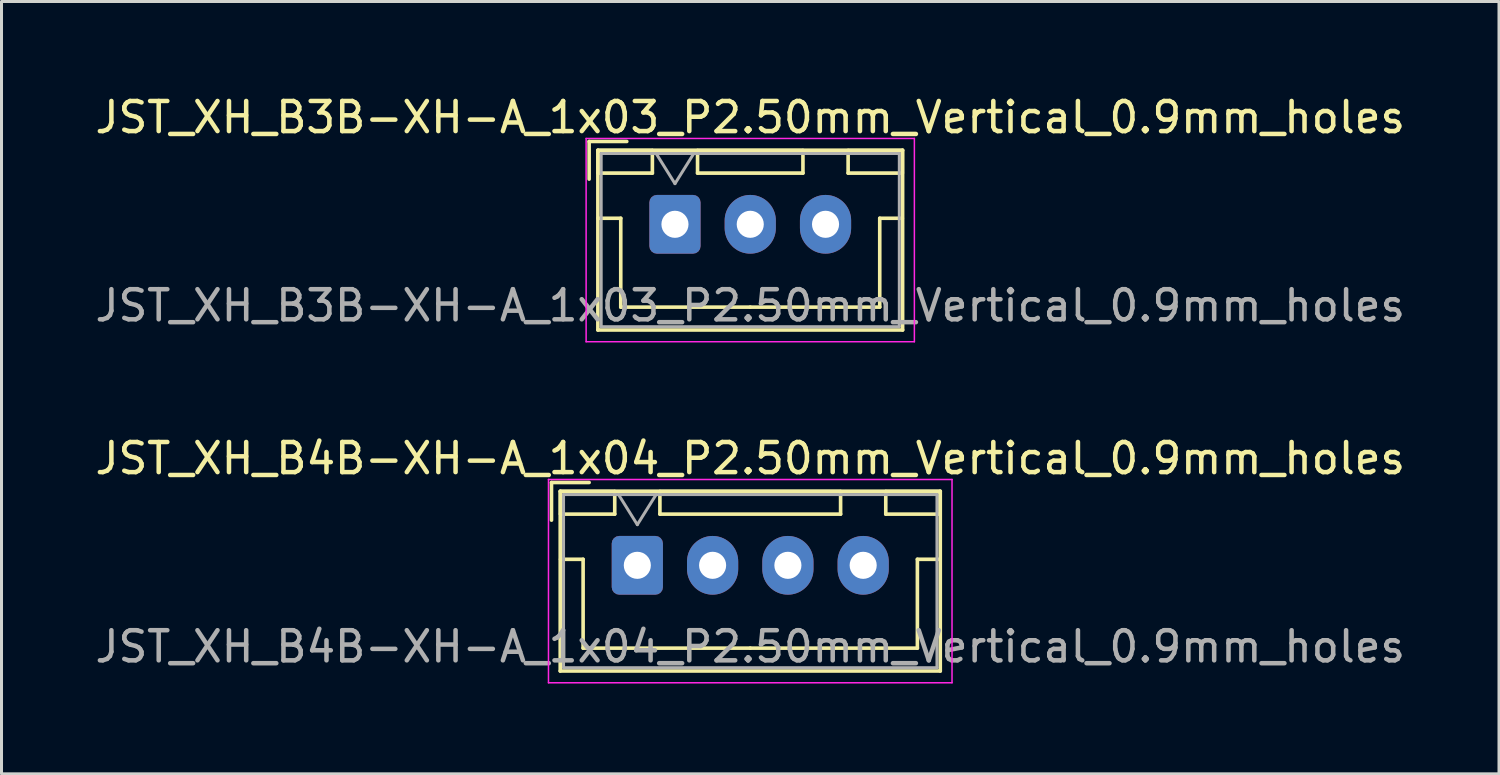
<source format=kicad_pcb>
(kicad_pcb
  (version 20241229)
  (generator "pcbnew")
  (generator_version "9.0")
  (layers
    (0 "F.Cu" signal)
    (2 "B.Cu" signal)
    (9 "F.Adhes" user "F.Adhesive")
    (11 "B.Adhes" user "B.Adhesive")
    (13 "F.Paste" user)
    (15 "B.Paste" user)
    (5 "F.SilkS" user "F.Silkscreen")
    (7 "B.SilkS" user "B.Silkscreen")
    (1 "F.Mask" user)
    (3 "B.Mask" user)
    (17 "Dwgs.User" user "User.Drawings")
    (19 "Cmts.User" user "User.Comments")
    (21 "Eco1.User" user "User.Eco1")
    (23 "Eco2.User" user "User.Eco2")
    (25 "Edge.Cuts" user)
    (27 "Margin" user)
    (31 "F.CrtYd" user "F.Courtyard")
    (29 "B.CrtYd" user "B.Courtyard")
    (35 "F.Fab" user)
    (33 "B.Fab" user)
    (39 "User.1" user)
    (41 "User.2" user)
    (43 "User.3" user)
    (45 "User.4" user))
  (footprint "JST_XH_B3B-XH-A_1x03_P2.50mm_Vertical_0.9mm_holes"
    (layer "F.Cu")
    (at 19.363 4.398)
    (property "Reference" "JST_XH_B3B-XH-A_1x03_P2.50mm_Vertical_0.9mm_holes" (at 2.5 -3.55 0) (layer "F.SilkS") (effects (font (size 1 1) (thickness 0.15))))
    (attr through_hole)
    (fp_line (start -2.85 -2.75) (end -2.85 -1.5) (stroke (width 0.12) (type solid)) (layer "F.SilkS"))
    (fp_line (start -2.56 -2.46) (end -2.56 3.51) (stroke (width 0.12) (type solid)) (layer "F.SilkS"))
    (fp_line (start -2.56 3.51) (end 7.56 3.51) (stroke (width 0.12) (type solid)) (layer "F.SilkS"))
    (fp_line (start -2.55 -2.45) (end -2.55 -1.7) (stroke (width 0.12) (type solid)) (layer "F.SilkS"))
    (fp_line (start -2.55 -1.7) (end -0.75 -1.7) (stroke (width 0.12) (type solid)) (layer "F.SilkS"))
    (fp_line (start -2.55 -0.2) (end -1.8 -0.2) (stroke (width 0.12) (type solid)) (layer "F.SilkS"))
    (fp_line (start -1.8 -0.2) (end -1.8 2.75) (stroke (width 0.12) (type solid)) (layer "F.SilkS"))
    (fp_line (start -1.8 2.75) (end 2.5 2.75) (stroke (width 0.12) (type solid)) (layer "F.SilkS"))
    (fp_line (start -1.6 -2.75) (end -2.85 -2.75) (stroke (width 0.12) (type solid)) (layer "F.SilkS"))
    (fp_line (start -0.75 -2.45) (end -2.55 -2.45) (stroke (width 0.12) (type solid)) (layer "F.SilkS"))
    (fp_line (start -0.75 -1.7) (end -0.75 -2.45) (stroke (width 0.12) (type solid)) (layer "F.SilkS"))
    (fp_line (start 0.75 -2.45) (end 0.75 -1.7) (stroke (width 0.12) (type solid)) (layer "F.SilkS"))
    (fp_line (start 0.75 -1.7) (end 4.25 -1.7) (stroke (width 0.12) (type solid)) (layer "F.SilkS"))
    (fp_line (start 4.25 -2.45) (end 0.75 -2.45) (stroke (width 0.12) (type solid)) (layer "F.SilkS"))
    (fp_line (start 4.25 -1.7) (end 4.25 -2.45) (stroke (width 0.12) (type solid)) (layer "F.SilkS"))
    (fp_line (start 5.75 -2.45) (end 5.75 -1.7) (stroke (width 0.12) (type solid)) (layer "F.SilkS"))
    (fp_line (start 5.75 -1.7) (end 7.55 -1.7) (stroke (width 0.12) (type solid)) (layer "F.SilkS"))
    (fp_line (start 6.8 -0.2) (end 6.8 2.75) (stroke (width 0.12) (type solid)) (layer "F.SilkS"))
    (fp_line (start 6.8 2.75) (end 2.5 2.75) (stroke (width 0.12) (type solid)) (layer "F.SilkS"))
    (fp_line (start 7.55 -2.45) (end 5.75 -2.45) (stroke (width 0.12) (type solid)) (layer "F.SilkS"))
    (fp_line (start 7.55 -1.7) (end 7.55 -2.45) (stroke (width 0.12) (type solid)) (layer "F.SilkS"))
    (fp_line (start 7.55 -0.2) (end 6.8 -0.2) (stroke (width 0.12) (type solid)) (layer "F.SilkS"))
    (fp_line (start 7.56 -2.46) (end -2.56 -2.46) (stroke (width 0.12) (type solid)) (layer "F.SilkS"))
    (fp_line (start 7.56 3.51) (end 7.56 -2.46) (stroke (width 0.12) (type solid)) (layer "F.SilkS"))
    (fp_line (start -2.95 -2.85) (end -2.95 3.9) (stroke (width 0.05) (type solid)) (layer "F.CrtYd"))
    (fp_line (start -2.95 3.9) (end 7.95 3.9) (stroke (width 0.05) (type solid)) (layer "F.CrtYd"))
    (fp_line (start 7.95 -2.85) (end -2.95 -2.85) (stroke (width 0.05) (type solid)) (layer "F.CrtYd"))
    (fp_line (start 7.95 3.9) (end 7.95 -2.85) (stroke (width 0.05) (type solid)) (layer "F.CrtYd"))
    (fp_line (start -2.45 -2.35) (end -2.45 3.4) (stroke (width 0.1) (type solid)) (layer "F.Fab"))
    (fp_line (start -2.45 3.4) (end 7.45 3.4) (stroke (width 0.1) (type solid)) (layer "F.Fab"))
    (fp_line (start -0.625 -2.35) (end 0 -1.35) (stroke (width 0.1) (type solid)) (layer "F.Fab"))
    (fp_line (start 0 -1.35) (end 0.625 -2.35) (stroke (width 0.1) (type solid)) (layer "F.Fab"))
    (fp_line (start 7.45 -2.35) (end -2.45 -2.35) (stroke (width 0.1) (type solid)) (layer "F.Fab"))
    (fp_line (start 7.45 3.4) (end 7.45 -2.35) (stroke (width 0.1) (type solid)) (layer "F.Fab"))
    (fp_text user "${REFERENCE}" (at 2.5 2.7 0) (layer "F.Fab") (effects (font (size 1 1) (thickness 0.15))))
    (pad "1" thru_hole roundrect (at 0 0) (size 1.7 1.95) (drill 0.9) (layers "*.Cu" "*.Mask") (roundrect_rratio 0.147))
    (pad "2" thru_hole oval (at 2.5 0) (size 1.7 1.95) (drill 0.9) (layers "*.Cu" "*.Mask"))
    (pad "3" thru_hole oval (at 5 0) (size 1.7 1.95) (drill 0.9) (layers "*.Cu" "*.Mask")))
  (footprint "JST_XH_B4B-XH-A_1x04_P2.50mm_Vertical_0.9mm_holes"
    (layer "F.Cu")
    (at 18.113 15.722)
    (property "Reference" "JST_XH_B4B-XH-A_1x04_P2.50mm_Vertical_0.9mm_holes" (at 3.75 -3.55 0) (layer "F.SilkS") (effects (font (size 1 1) (thickness 0.15))))
    (attr through_hole)
    (fp_line (start -2.85 -2.75) (end -2.85 -1.5) (stroke (width 0.12) (type solid)) (layer "F.SilkS"))
    (fp_line (start -2.56 -2.46) (end -2.56 3.51) (stroke (width 0.12) (type solid)) (layer "F.SilkS"))
    (fp_line (start -2.56 3.51) (end 10.06 3.51) (stroke (width 0.12) (type solid)) (layer "F.SilkS"))
    (fp_line (start -2.55 -2.45) (end -2.55 -1.7) (stroke (width 0.12) (type solid)) (layer "F.SilkS"))
    (fp_line (start -2.55 -1.7) (end -0.75 -1.7) (stroke (width 0.12) (type solid)) (layer "F.SilkS"))
    (fp_line (start -2.55 -0.2) (end -1.8 -0.2) (stroke (width 0.12) (type solid)) (layer "F.SilkS"))
    (fp_line (start -1.8 -0.2) (end -1.8 2.75) (stroke (width 0.12) (type solid)) (layer "F.SilkS"))
    (fp_line (start -1.8 2.75) (end 3.75 2.75) (stroke (width 0.12) (type solid)) (layer "F.SilkS"))
    (fp_line (start -1.6 -2.75) (end -2.85 -2.75) (stroke (width 0.12) (type solid)) (layer "F.SilkS"))
    (fp_line (start -0.75 -2.45) (end -2.55 -2.45) (stroke (width 0.12) (type solid)) (layer "F.SilkS"))
    (fp_line (start -0.75 -1.7) (end -0.75 -2.45) (stroke (width 0.12) (type solid)) (layer "F.SilkS"))
    (fp_line (start 0.75 -2.45) (end 0.75 -1.7) (stroke (width 0.12) (type solid)) (layer "F.SilkS"))
    (fp_line (start 0.75 -1.7) (end 6.75 -1.7) (stroke (width 0.12) (type solid)) (layer "F.SilkS"))
    (fp_line (start 6.75 -2.45) (end 0.75 -2.45) (stroke (width 0.12) (type solid)) (layer "F.SilkS"))
    (fp_line (start 6.75 -1.7) (end 6.75 -2.45) (stroke (width 0.12) (type solid)) (layer "F.SilkS"))
    (fp_line (start 8.25 -2.45) (end 8.25 -1.7) (stroke (width 0.12) (type solid)) (layer "F.SilkS"))
    (fp_line (start 8.25 -1.7) (end 10.05 -1.7) (stroke (width 0.12) (type solid)) (layer "F.SilkS"))
    (fp_line (start 9.3 -0.2) (end 9.3 2.75) (stroke (width 0.12) (type solid)) (layer "F.SilkS"))
    (fp_line (start 9.3 2.75) (end 3.75 2.75) (stroke (width 0.12) (type solid)) (layer "F.SilkS"))
    (fp_line (start 10.05 -2.45) (end 8.25 -2.45) (stroke (width 0.12) (type solid)) (layer "F.SilkS"))
    (fp_line (start 10.05 -1.7) (end 10.05 -2.45) (stroke (width 0.12) (type solid)) (layer "F.SilkS"))
    (fp_line (start 10.05 -0.2) (end 9.3 -0.2) (stroke (width 0.12) (type solid)) (layer "F.SilkS"))
    (fp_line (start 10.06 -2.46) (end -2.56 -2.46) (stroke (width 0.12) (type solid)) (layer "F.SilkS"))
    (fp_line (start 10.06 3.51) (end 10.06 -2.46) (stroke (width 0.12) (type solid)) (layer "F.SilkS"))
    (fp_line (start -2.95 -2.85) (end -2.95 3.9) (stroke (width 0.05) (type solid)) (layer "F.CrtYd"))
    (fp_line (start -2.95 3.9) (end 10.45 3.9) (stroke (width 0.05) (type solid)) (layer "F.CrtYd"))
    (fp_line (start 10.45 -2.85) (end -2.95 -2.85) (stroke (width 0.05) (type solid)) (layer "F.CrtYd"))
    (fp_line (start 10.45 3.9) (end 10.45 -2.85) (stroke (width 0.05) (type solid)) (layer "F.CrtYd"))
    (fp_line (start -2.45 -2.35) (end -2.45 3.4) (stroke (width 0.1) (type solid)) (layer "F.Fab"))
    (fp_line (start -2.45 3.4) (end 9.95 3.4) (stroke (width 0.1) (type solid)) (layer "F.Fab"))
    (fp_line (start -0.625 -2.35) (end 0 -1.35) (stroke (width 0.1) (type solid)) (layer "F.Fab"))
    (fp_line (start 0 -1.35) (end 0.625 -2.35) (stroke (width 0.1) (type solid)) (layer "F.Fab"))
    (fp_line (start 9.95 -2.35) (end -2.45 -2.35) (stroke (width 0.1) (type solid)) (layer "F.Fab"))
    (fp_line (start 9.95 3.4) (end 9.95 -2.35) (stroke (width 0.1) (type solid)) (layer "F.Fab"))
    (fp_text user "${REFERENCE}" (at 3.75 2.7 0) (layer "F.Fab") (effects (font (size 1 1) (thickness 0.15))))
    (pad "1" thru_hole roundrect (at 0 0) (size 1.7 1.95) (drill 0.9) (layers "*.Cu" "*.Mask") (roundrect_rratio 0.147))
    (pad "2" thru_hole oval (at 2.5 0) (size 1.7 1.95) (drill 0.9) (layers "*.Cu" "*.Mask"))
    (pad "3" thru_hole oval (at 5 0) (size 1.7 1.95) (drill 0.9) (layers "*.Cu" "*.Mask"))
    (pad "4" thru_hole oval (at 7.5 0) (size 1.7 1.95) (drill 0.9) (layers "*.Cu" "*.Mask")))
  (gr_rect
    (start -3 -3)
    (end 46.726 22.646)
    (stroke (width 0.1) (type default))
    (fill no)
    (layer "Edge.Cuts")))
</source>
